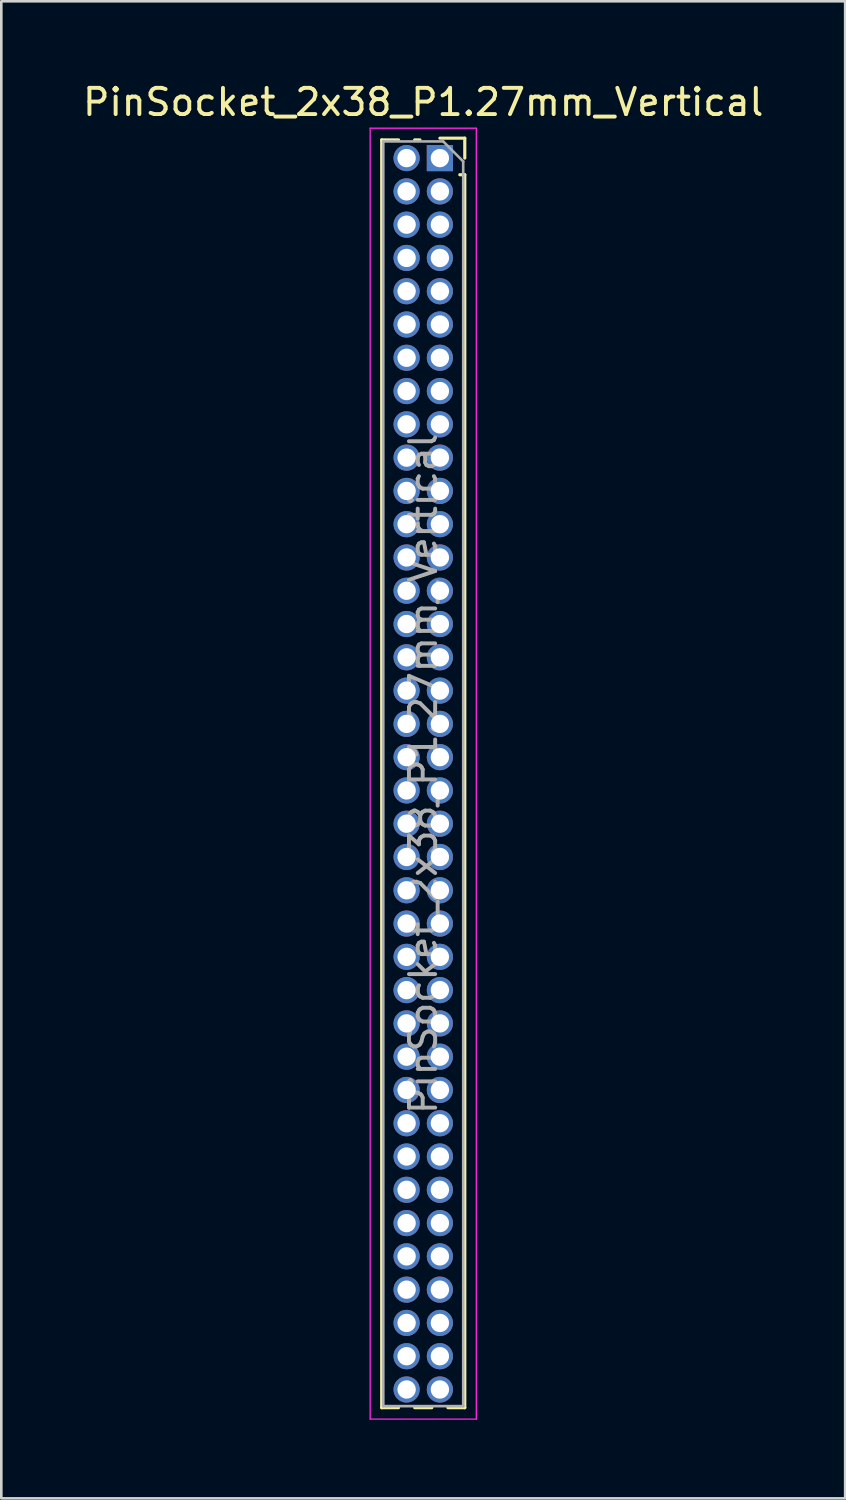
<source format=kicad_pcb>
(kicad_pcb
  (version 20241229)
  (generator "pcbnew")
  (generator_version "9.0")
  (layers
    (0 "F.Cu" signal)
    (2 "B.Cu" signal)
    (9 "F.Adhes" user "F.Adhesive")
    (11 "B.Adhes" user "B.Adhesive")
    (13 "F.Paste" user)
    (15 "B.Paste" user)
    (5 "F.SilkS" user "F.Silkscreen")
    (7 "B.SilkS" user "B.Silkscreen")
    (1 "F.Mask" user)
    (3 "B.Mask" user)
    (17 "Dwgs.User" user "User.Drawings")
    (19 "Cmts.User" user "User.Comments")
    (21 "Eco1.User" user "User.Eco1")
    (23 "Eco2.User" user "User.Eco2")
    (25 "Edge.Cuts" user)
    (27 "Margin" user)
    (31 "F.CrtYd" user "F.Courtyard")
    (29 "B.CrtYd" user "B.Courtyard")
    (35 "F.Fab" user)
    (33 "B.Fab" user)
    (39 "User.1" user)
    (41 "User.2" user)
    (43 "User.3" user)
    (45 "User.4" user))
  (footprint "PinSocket_2x38_P1.27mm_Vertical"
    (layer "F.Cu")
    (at 13.736 2.983)
    (property "Reference" "PinSocket_2x38_P1.27mm_Vertical" (at -0.635 -2.135 0) (layer "F.SilkS") (effects (font (size 1 1) (thickness 0.15))))
    (attr through_hole)
    (fp_line (start -2.22 -0.695) (end -2.22 47.685) (stroke (width 0.12) (type solid)) (layer "F.SilkS"))
    (fp_line (start -2.22 -0.695) (end -1.578 -0.695) (stroke (width 0.12) (type solid)) (layer "F.SilkS"))
    (fp_line (start -2.22 47.685) (end -1.578 47.685) (stroke (width 0.12) (type solid)) (layer "F.SilkS"))
    (fp_line (start -0.962 -0.695) (end -0.76 -0.695) (stroke (width 0.12) (type solid)) (layer "F.SilkS"))
    (fp_line (start -0.962 47.685) (end -0.308 47.685) (stroke (width 0.12) (type solid)) (layer "F.SilkS"))
    (fp_line (start 0 -0.76) (end 0.95 -0.76) (stroke (width 0.12) (type solid)) (layer "F.SilkS"))
    (fp_line (start 0.308 47.685) (end 0.95 47.685) (stroke (width 0.12) (type solid)) (layer "F.SilkS"))
    (fp_line (start 0.76 0.635) (end 0.95 0.635) (stroke (width 0.12) (type solid)) (layer "F.SilkS"))
    (fp_line (start 0.95 -0.76) (end 0.95 0) (stroke (width 0.12) (type solid)) (layer "F.SilkS"))
    (fp_line (start 0.95 0.635) (end 0.95 47.685) (stroke (width 0.12) (type solid)) (layer "F.SilkS"))
    (fp_line (start -2.66 -1.14) (end 1.39 -1.14) (stroke (width 0.05) (type solid)) (layer "F.CrtYd"))
    (fp_line (start -2.66 48.12) (end -2.66 -1.14) (stroke (width 0.05) (type solid)) (layer "F.CrtYd"))
    (fp_line (start 1.39 -1.14) (end 1.39 48.12) (stroke (width 0.05) (type solid)) (layer "F.CrtYd"))
    (fp_line (start 1.39 48.12) (end -2.66 48.12) (stroke (width 0.05) (type solid)) (layer "F.CrtYd"))
    (fp_line (start -2.16 -0.635) (end 0.128 -0.635) (stroke (width 0.1) (type solid)) (layer "F.Fab"))
    (fp_line (start -2.16 47.625) (end -2.16 -0.635) (stroke (width 0.1) (type solid)) (layer "F.Fab"))
    (fp_line (start 0.128 -0.635) (end 0.89 0.127) (stroke (width 0.1) (type solid)) (layer "F.Fab"))
    (fp_line (start 0.89 0.127) (end 0.89 47.625) (stroke (width 0.1) (type solid)) (layer "F.Fab"))
    (fp_line (start 0.89 47.625) (end -2.16 47.625) (stroke (width 0.1) (type solid)) (layer "F.Fab"))
    (fp_text user "${REFERENCE}" (at -0.635 23.495 90) (layer "F.Fab") (effects (font (size 1 1) (thickness 0.15))))
    (pad "1" thru_hole rect (at 0 0) (size 1 1) (drill 0.7) (layers "*.Cu" "*.Mask"))
    (pad "2" thru_hole circle (at -1.27 0) (size 1 1) (drill 0.7) (layers "*.Cu" "*.Mask"))
    (pad "3" thru_hole circle (at 0 1.27) (size 1 1) (drill 0.7) (layers "*.Cu" "*.Mask"))
    (pad "4" thru_hole circle (at -1.27 1.27) (size 1 1) (drill 0.7) (layers "*.Cu" "*.Mask"))
    (pad "5" thru_hole circle (at 0 2.54) (size 1 1) (drill 0.7) (layers "*.Cu" "*.Mask"))
    (pad "6" thru_hole circle (at -1.27 2.54) (size 1 1) (drill 0.7) (layers "*.Cu" "*.Mask"))
    (pad "7" thru_hole circle (at 0 3.81) (size 1 1) (drill 0.7) (layers "*.Cu" "*.Mask"))
    (pad "8" thru_hole circle (at -1.27 3.81) (size 1 1) (drill 0.7) (layers "*.Cu" "*.Mask"))
    (pad "9" thru_hole circle (at 0 5.08) (size 1 1) (drill 0.7) (layers "*.Cu" "*.Mask"))
    (pad "10" thru_hole circle (at -1.27 5.08) (size 1 1) (drill 0.7) (layers "*.Cu" "*.Mask"))
    (pad "11" thru_hole circle (at 0 6.35) (size 1 1) (drill 0.7) (layers "*.Cu" "*.Mask"))
    (pad "12" thru_hole circle (at -1.27 6.35) (size 1 1) (drill 0.7) (layers "*.Cu" "*.Mask"))
    (pad "13" thru_hole circle (at 0 7.62) (size 1 1) (drill 0.7) (layers "*.Cu" "*.Mask"))
    (pad "14" thru_hole circle (at -1.27 7.62) (size 1 1) (drill 0.7) (layers "*.Cu" "*.Mask"))
    (pad "15" thru_hole circle (at 0 8.89) (size 1 1) (drill 0.7) (layers "*.Cu" "*.Mask"))
    (pad "16" thru_hole circle (at -1.27 8.89) (size 1 1) (drill 0.7) (layers "*.Cu" "*.Mask"))
    (pad "17" thru_hole circle (at 0 10.16) (size 1 1) (drill 0.7) (layers "*.Cu" "*.Mask"))
    (pad "18" thru_hole circle (at -1.27 10.16) (size 1 1) (drill 0.7) (layers "*.Cu" "*.Mask"))
    (pad "19" thru_hole circle (at 0 11.43) (size 1 1) (drill 0.7) (layers "*.Cu" "*.Mask"))
    (pad "20" thru_hole circle (at -1.27 11.43) (size 1 1) (drill 0.7) (layers "*.Cu" "*.Mask"))
    (pad "21" thru_hole circle (at 0 12.7) (size 1 1) (drill 0.7) (layers "*.Cu" "*.Mask"))
    (pad "22" thru_hole circle (at -1.27 12.7) (size 1 1) (drill 0.7) (layers "*.Cu" "*.Mask"))
    (pad "23" thru_hole circle (at 0 13.97) (size 1 1) (drill 0.7) (layers "*.Cu" "*.Mask"))
    (pad "24" thru_hole circle (at -1.27 13.97) (size 1 1) (drill 0.7) (layers "*.Cu" "*.Mask"))
    (pad "25" thru_hole circle (at 0 15.24) (size 1 1) (drill 0.7) (layers "*.Cu" "*.Mask"))
    (pad "26" thru_hole circle (at -1.27 15.24) (size 1 1) (drill 0.7) (layers "*.Cu" "*.Mask"))
    (pad "27" thru_hole circle (at 0 16.51) (size 1 1) (drill 0.7) (layers "*.Cu" "*.Mask"))
    (pad "28" thru_hole circle (at -1.27 16.51) (size 1 1) (drill 0.7) (layers "*.Cu" "*.Mask"))
    (pad "29" thru_hole circle (at 0 17.78) (size 1 1) (drill 0.7) (layers "*.Cu" "*.Mask"))
    (pad "30" thru_hole circle (at -1.27 17.78) (size 1 1) (drill 0.7) (layers "*.Cu" "*.Mask"))
    (pad "31" thru_hole circle (at 0 19.05) (size 1 1) (drill 0.7) (layers "*.Cu" "*.Mask"))
    (pad "32" thru_hole circle (at -1.27 19.05) (size 1 1) (drill 0.7) (layers "*.Cu" "*.Mask"))
    (pad "33" thru_hole circle (at 0 20.32) (size 1 1) (drill 0.7) (layers "*.Cu" "*.Mask"))
    (pad "34" thru_hole circle (at -1.27 20.32) (size 1 1) (drill 0.7) (layers "*.Cu" "*.Mask"))
    (pad "35" thru_hole circle (at 0 21.59) (size 1 1) (drill 0.7) (layers "*.Cu" "*.Mask"))
    (pad "36" thru_hole circle (at -1.27 21.59) (size 1 1) (drill 0.7) (layers "*.Cu" "*.Mask"))
    (pad "37" thru_hole circle (at 0 22.86) (size 1 1) (drill 0.7) (layers "*.Cu" "*.Mask"))
    (pad "38" thru_hole circle (at -1.27 22.86) (size 1 1) (drill 0.7) (layers "*.Cu" "*.Mask"))
    (pad "39" thru_hole circle (at 0 24.13) (size 1 1) (drill 0.7) (layers "*.Cu" "*.Mask"))
    (pad "40" thru_hole circle (at -1.27 24.13) (size 1 1) (drill 0.7) (layers "*.Cu" "*.Mask"))
    (pad "41" thru_hole circle (at 0 25.4) (size 1 1) (drill 0.7) (layers "*.Cu" "*.Mask"))
    (pad "42" thru_hole circle (at -1.27 25.4) (size 1 1) (drill 0.7) (layers "*.Cu" "*.Mask"))
    (pad "43" thru_hole circle (at 0 26.67) (size 1 1) (drill 0.7) (layers "*.Cu" "*.Mask"))
    (pad "44" thru_hole circle (at -1.27 26.67) (size 1 1) (drill 0.7) (layers "*.Cu" "*.Mask"))
    (pad "45" thru_hole circle (at 0 27.94) (size 1 1) (drill 0.7) (layers "*.Cu" "*.Mask"))
    (pad "46" thru_hole circle (at -1.27 27.94) (size 1 1) (drill 0.7) (layers "*.Cu" "*.Mask"))
    (pad "47" thru_hole circle (at 0 29.21) (size 1 1) (drill 0.7) (layers "*.Cu" "*.Mask"))
    (pad "48" thru_hole circle (at -1.27 29.21) (size 1 1) (drill 0.7) (layers "*.Cu" "*.Mask"))
    (pad "49" thru_hole circle (at 0 30.48) (size 1 1) (drill 0.7) (layers "*.Cu" "*.Mask"))
    (pad "50" thru_hole circle (at -1.27 30.48) (size 1 1) (drill 0.7) (layers "*.Cu" "*.Mask"))
    (pad "51" thru_hole circle (at 0 31.75) (size 1 1) (drill 0.7) (layers "*.Cu" "*.Mask"))
    (pad "52" thru_hole circle (at -1.27 31.75) (size 1 1) (drill 0.7) (layers "*.Cu" "*.Mask"))
    (pad "53" thru_hole circle (at 0 33.02) (size 1 1) (drill 0.7) (layers "*.Cu" "*.Mask"))
    (pad "54" thru_hole circle (at -1.27 33.02) (size 1 1) (drill 0.7) (layers "*.Cu" "*.Mask"))
    (pad "55" thru_hole circle (at 0 34.29) (size 1 1) (drill 0.7) (layers "*.Cu" "*.Mask"))
    (pad "56" thru_hole circle (at -1.27 34.29) (size 1 1) (drill 0.7) (layers "*.Cu" "*.Mask"))
    (pad "57" thru_hole circle (at 0 35.56) (size 1 1) (drill 0.7) (layers "*.Cu" "*.Mask"))
    (pad "58" thru_hole circle (at -1.27 35.56) (size 1 1) (drill 0.7) (layers "*.Cu" "*.Mask"))
    (pad "59" thru_hole circle (at 0 36.83) (size 1 1) (drill 0.7) (layers "*.Cu" "*.Mask"))
    (pad "60" thru_hole circle (at -1.27 36.83) (size 1 1) (drill 0.7) (layers "*.Cu" "*.Mask"))
    (pad "61" thru_hole circle (at 0 38.1) (size 1 1) (drill 0.7) (layers "*.Cu" "*.Mask"))
    (pad "62" thru_hole circle (at -1.27 38.1) (size 1 1) (drill 0.7) (layers "*.Cu" "*.Mask"))
    (pad "63" thru_hole circle (at 0 39.37) (size 1 1) (drill 0.7) (layers "*.Cu" "*.Mask"))
    (pad "64" thru_hole circle (at -1.27 39.37) (size 1 1) (drill 0.7) (layers "*.Cu" "*.Mask"))
    (pad "65" thru_hole circle (at 0 40.64) (size 1 1) (drill 0.7) (layers "*.Cu" "*.Mask"))
    (pad "66" thru_hole circle (at -1.27 40.64) (size 1 1) (drill 0.7) (layers "*.Cu" "*.Mask"))
    (pad "67" thru_hole circle (at 0 41.91) (size 1 1) (drill 0.7) (layers "*.Cu" "*.Mask"))
    (pad "68" thru_hole circle (at -1.27 41.91) (size 1 1) (drill 0.7) (layers "*.Cu" "*.Mask"))
    (pad "69" thru_hole circle (at 0 43.18) (size 1 1) (drill 0.7) (layers "*.Cu" "*.Mask"))
    (pad "70" thru_hole circle (at -1.27 43.18) (size 1 1) (drill 0.7) (layers "*.Cu" "*.Mask"))
    (pad "71" thru_hole circle (at 0 44.45) (size 1 1) (drill 0.7) (layers "*.Cu" "*.Mask"))
    (pad "72" thru_hole circle (at -1.27 44.45) (size 1 1) (drill 0.7) (layers "*.Cu" "*.Mask"))
    (pad "73" thru_hole circle (at 0 45.72) (size 1 1) (drill 0.7) (layers "*.Cu" "*.Mask"))
    (pad "74" thru_hole circle (at -1.27 45.72) (size 1 1) (drill 0.7) (layers "*.Cu" "*.Mask"))
    (pad "75" thru_hole circle (at 0 46.99) (size 1 1) (drill 0.7) (layers "*.Cu" "*.Mask"))
    (pad "76" thru_hole circle (at -1.27 46.99) (size 1 1) (drill 0.7) (layers "*.Cu" "*.Mask")))
  (gr_rect
    (start -3 -3)
    (end 29.202 54.128)
    (stroke (width 0.1) (type default))
    (fill no)
    (layer "Edge.Cuts")))
</source>
